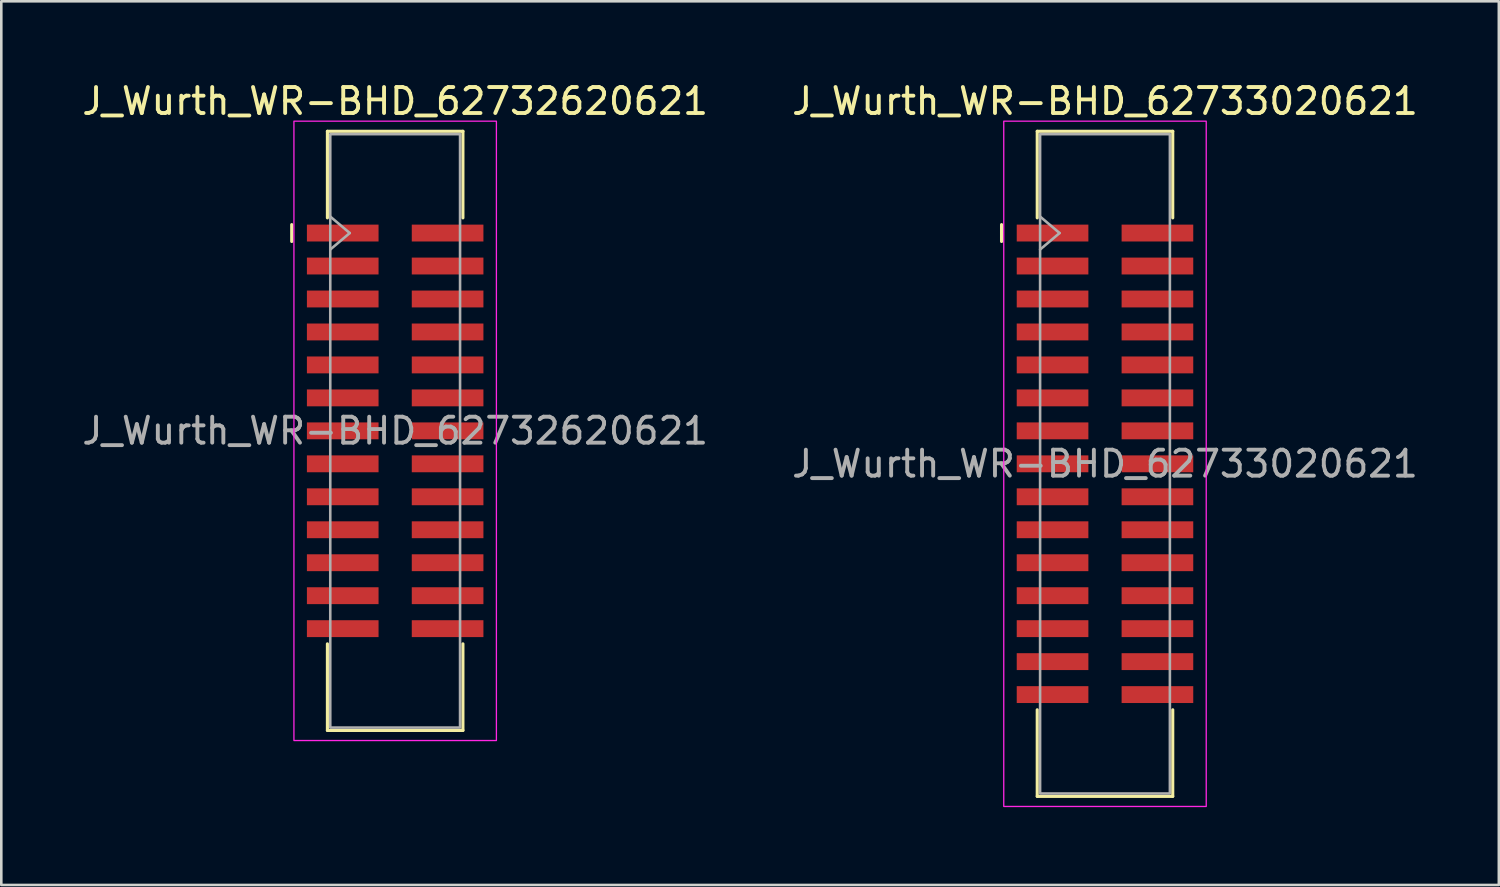
<source format=kicad_pcb>
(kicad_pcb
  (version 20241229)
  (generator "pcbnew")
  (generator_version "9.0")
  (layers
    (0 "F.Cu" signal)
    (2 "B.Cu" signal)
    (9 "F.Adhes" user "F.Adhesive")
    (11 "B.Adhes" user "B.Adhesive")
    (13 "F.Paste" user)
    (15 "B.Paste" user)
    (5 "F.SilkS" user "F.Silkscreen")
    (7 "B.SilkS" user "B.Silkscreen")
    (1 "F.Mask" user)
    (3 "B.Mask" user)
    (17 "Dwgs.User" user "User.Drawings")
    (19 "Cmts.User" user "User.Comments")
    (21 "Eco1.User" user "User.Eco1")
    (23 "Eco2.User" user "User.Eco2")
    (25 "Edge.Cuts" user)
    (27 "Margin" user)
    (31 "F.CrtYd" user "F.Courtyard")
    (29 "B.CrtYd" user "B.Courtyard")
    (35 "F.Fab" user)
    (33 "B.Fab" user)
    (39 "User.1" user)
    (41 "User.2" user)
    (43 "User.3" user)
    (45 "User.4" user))
  (footprint "J_Wurth_WR-BHD_62733020621"
    (layer "F.Cu")
    (at 39.518 14.818)
    (property "Reference" "J_Wurth_WR-BHD_62733020621" (at 0 -13.97 0) (unlocked yes) (layer "F.SilkS") (effects (font (size 1 1) (thickness 0.15))))
    (attr smd)
    (fp_line (start -3.985 -9.215) (end -3.985 -8.565) (stroke (width 0.12) (type solid)) (layer "F.SilkS"))
    (fp_line (start -2.61 -12.81) (end 2.61 -12.81) (stroke (width 0.12) (type default)) (layer "F.SilkS"))
    (fp_line (start -2.61 -9.475) (end -2.61 -12.81) (stroke (width 0.12) (type solid)) (layer "F.SilkS"))
    (fp_line (start -2.61 12.81) (end -2.61 9.475) (stroke (width 0.12) (type solid)) (layer "F.SilkS"))
    (fp_line (start 2.61 -9.475) (end 2.61 -12.81) (stroke (width 0.12) (type solid)) (layer "F.SilkS"))
    (fp_line (start 2.61 9.475) (end 2.61 12.81) (stroke (width 0.12) (type solid)) (layer "F.SilkS"))
    (fp_line (start 2.61 12.81) (end -2.61 12.81) (stroke (width 0.12) (type default)) (layer "F.SilkS"))
    (fp_rect (start -3.9 -13.2) (end 3.9 13.2) (stroke (width 0.05) (type solid)) (fill no) (layer "F.CrtYd"))
    (fp_line (start -1.75 -8.89) (end -2.5 -9.525) (stroke (width 0.1) (type solid)) (layer "F.Fab"))
    (fp_line (start -1.75 -8.89) (end -2.5 -8.255) (stroke (width 0.1) (type solid)) (layer "F.Fab"))
    (fp_rect (start -2.5 -12.7) (end 2.5 12.7) (stroke (width 0.1) (type solid)) (fill no) (layer "F.Fab"))
    (fp_text user "${REFERENCE}" (at 0 0 0) (unlocked yes) (layer "F.Fab") (effects (font (size 1 1) (thickness 0.15))))
    (pad "1" smd rect (at -2.02 -8.89 270) (size 0.65 2.76) (layers "F.Cu" "F.Mask" "F.Paste"))
    (pad "2" smd rect (at 2.02 -8.89 270) (size 0.65 2.76) (layers "F.Cu" "F.Mask" "F.Paste"))
    (pad "3" smd rect (at -2.02 -7.62 270) (size 0.65 2.76) (layers "F.Cu" "F.Mask" "F.Paste"))
    (pad "4" smd rect (at 2.02 -7.62 270) (size 0.65 2.76) (layers "F.Cu" "F.Mask" "F.Paste"))
    (pad "5" smd rect (at -2.02 -6.35 270) (size 0.65 2.76) (layers "F.Cu" "F.Mask" "F.Paste"))
    (pad "6" smd rect (at 2.02 -6.35 270) (size 0.65 2.76) (layers "F.Cu" "F.Mask" "F.Paste"))
    (pad "7" smd rect (at -2.02 -5.08 270) (size 0.65 2.76) (layers "F.Cu" "F.Mask" "F.Paste"))
    (pad "8" smd rect (at 2.02 -5.08 270) (size 0.65 2.76) (layers "F.Cu" "F.Mask" "F.Paste"))
    (pad "9" smd rect (at -2.02 -3.81 270) (size 0.65 2.76) (layers "F.Cu" "F.Mask" "F.Paste"))
    (pad "10" smd rect (at 2.02 -3.81 270) (size 0.65 2.76) (layers "F.Cu" "F.Mask" "F.Paste"))
    (pad "11" smd rect (at -2.02 -2.54 270) (size 0.65 2.76) (layers "F.Cu" "F.Mask" "F.Paste"))
    (pad "12" smd rect (at 2.02 -2.54 270) (size 0.65 2.76) (layers "F.Cu" "F.Mask" "F.Paste"))
    (pad "13" smd rect (at -2.02 -1.27 270) (size 0.65 2.76) (layers "F.Cu" "F.Mask" "F.Paste"))
    (pad "14" smd rect (at 2.02 -1.27 270) (size 0.65 2.76) (layers "F.Cu" "F.Mask" "F.Paste"))
    (pad "15" smd rect (at -2.02 0 270) (size 0.65 2.76) (layers "F.Cu" "F.Mask" "F.Paste"))
    (pad "16" smd rect (at 2.02 0 270) (size 0.65 2.76) (layers "F.Cu" "F.Mask" "F.Paste"))
    (pad "17" smd rect (at -2.02 1.27 270) (size 0.65 2.76) (layers "F.Cu" "F.Mask" "F.Paste"))
    (pad "18" smd rect (at 2.02 1.27 270) (size 0.65 2.76) (layers "F.Cu" "F.Mask" "F.Paste"))
    (pad "19" smd rect (at -2.02 2.54 270) (size 0.65 2.76) (layers "F.Cu" "F.Mask" "F.Paste"))
    (pad "20" smd rect (at 2.02 2.54 270) (size 0.65 2.76) (layers "F.Cu" "F.Mask" "F.Paste"))
    (pad "21" smd rect (at -2.02 3.81 270) (size 0.65 2.76) (layers "F.Cu" "F.Mask" "F.Paste"))
    (pad "22" smd rect (at 2.02 3.81 270) (size 0.65 2.76) (layers "F.Cu" "F.Mask" "F.Paste"))
    (pad "23" smd rect (at -2.02 5.08 270) (size 0.65 2.76) (layers "F.Cu" "F.Mask" "F.Paste"))
    (pad "24" smd rect (at 2.02 5.08 270) (size 0.65 2.76) (layers "F.Cu" "F.Mask" "F.Paste"))
    (pad "25" smd rect (at -2.02 6.35 270) (size 0.65 2.76) (layers "F.Cu" "F.Mask" "F.Paste"))
    (pad "26" smd rect (at 2.02 6.35 270) (size 0.65 2.76) (layers "F.Cu" "F.Mask" "F.Paste"))
    (pad "27" smd rect (at -2.02 7.62 270) (size 0.65 2.76) (layers "F.Cu" "F.Mask" "F.Paste"))
    (pad "28" smd rect (at 2.02 7.62 270) (size 0.65 2.76) (layers "F.Cu" "F.Mask" "F.Paste"))
    (pad "29" smd rect (at -2.02 8.89 270) (size 0.65 2.76) (layers "F.Cu" "F.Mask" "F.Paste"))
    (pad "30" smd rect (at 2.02 8.89 270) (size 0.65 2.76) (layers "F.Cu" "F.Mask" "F.Paste")))
  (footprint "J_Wurth_WR-BHD_62732620621"
    (layer "F.Cu")
    (at 12.173 13.548)
    (property "Reference" "J_Wurth_WR-BHD_62732620621" (at 0 -12.7 0) (unlocked yes) (layer "F.SilkS") (effects (font (size 1 1) (thickness 0.15))))
    (attr smd)
    (fp_line (start -3.985 -7.945) (end -3.985 -7.295) (stroke (width 0.12) (type solid)) (layer "F.SilkS"))
    (fp_line (start -2.61 -11.54) (end 2.61 -11.54) (stroke (width 0.12) (type default)) (layer "F.SilkS"))
    (fp_line (start -2.61 -8.205) (end -2.61 -11.54) (stroke (width 0.12) (type solid)) (layer "F.SilkS"))
    (fp_line (start -2.61 11.54) (end -2.61 8.205) (stroke (width 0.12) (type solid)) (layer "F.SilkS"))
    (fp_line (start 2.61 -8.205) (end 2.61 -11.54) (stroke (width 0.12) (type solid)) (layer "F.SilkS"))
    (fp_line (start 2.61 8.205) (end 2.61 11.54) (stroke (width 0.12) (type solid)) (layer "F.SilkS"))
    (fp_line (start 2.61 11.54) (end -2.61 11.54) (stroke (width 0.12) (type default)) (layer "F.SilkS"))
    (fp_rect (start -3.9 -11.93) (end 3.9 11.93) (stroke (width 0.05) (type solid)) (fill no) (layer "F.CrtYd"))
    (fp_line (start -1.75 -7.62) (end -2.5 -8.255) (stroke (width 0.1) (type solid)) (layer "F.Fab"))
    (fp_line (start -1.75 -7.62) (end -2.5 -6.985) (stroke (width 0.1) (type solid)) (layer "F.Fab"))
    (fp_rect (start -2.5 -11.43) (end 2.5 11.43) (stroke (width 0.1) (type solid)) (fill no) (layer "F.Fab"))
    (fp_text user "${REFERENCE}" (at 0 0 0) (unlocked yes) (layer "F.Fab") (effects (font (size 1 1) (thickness 0.15))))
    (pad "1" smd rect (at -2.02 -7.62 270) (size 0.65 2.76) (layers "F.Cu" "F.Mask" "F.Paste"))
    (pad "2" smd rect (at 2.02 -7.62 270) (size 0.65 2.76) (layers "F.Cu" "F.Mask" "F.Paste"))
    (pad "3" smd rect (at -2.02 -6.35 270) (size 0.65 2.76) (layers "F.Cu" "F.Mask" "F.Paste"))
    (pad "4" smd rect (at 2.02 -6.35 270) (size 0.65 2.76) (layers "F.Cu" "F.Mask" "F.Paste"))
    (pad "5" smd rect (at -2.02 -5.08 270) (size 0.65 2.76) (layers "F.Cu" "F.Mask" "F.Paste"))
    (pad "6" smd rect (at 2.02 -5.08 270) (size 0.65 2.76) (layers "F.Cu" "F.Mask" "F.Paste"))
    (pad "7" smd rect (at -2.02 -3.81 270) (size 0.65 2.76) (layers "F.Cu" "F.Mask" "F.Paste"))
    (pad "8" smd rect (at 2.02 -3.81 270) (size 0.65 2.76) (layers "F.Cu" "F.Mask" "F.Paste"))
    (pad "9" smd rect (at -2.02 -2.54 270) (size 0.65 2.76) (layers "F.Cu" "F.Mask" "F.Paste"))
    (pad "10" smd rect (at 2.02 -2.54 270) (size 0.65 2.76) (layers "F.Cu" "F.Mask" "F.Paste"))
    (pad "11" smd rect (at -2.02 -1.27 270) (size 0.65 2.76) (layers "F.Cu" "F.Mask" "F.Paste"))
    (pad "12" smd rect (at 2.02 -1.27 270) (size 0.65 2.76) (layers "F.Cu" "F.Mask" "F.Paste"))
    (pad "13" smd rect (at -2.02 0 270) (size 0.65 2.76) (layers "F.Cu" "F.Mask" "F.Paste"))
    (pad "14" smd rect (at 2.02 0 270) (size 0.65 2.76) (layers "F.Cu" "F.Mask" "F.Paste"))
    (pad "15" smd rect (at -2.02 1.27 270) (size 0.65 2.76) (layers "F.Cu" "F.Mask" "F.Paste"))
    (pad "16" smd rect (at 2.02 1.27 270) (size 0.65 2.76) (layers "F.Cu" "F.Mask" "F.Paste"))
    (pad "17" smd rect (at -2.02 2.54 270) (size 0.65 2.76) (layers "F.Cu" "F.Mask" "F.Paste"))
    (pad "18" smd rect (at 2.02 2.54 270) (size 0.65 2.76) (layers "F.Cu" "F.Mask" "F.Paste"))
    (pad "19" smd rect (at -2.02 3.81 270) (size 0.65 2.76) (layers "F.Cu" "F.Mask" "F.Paste"))
    (pad "20" smd rect (at 2.02 3.81 270) (size 0.65 2.76) (layers "F.Cu" "F.Mask" "F.Paste"))
    (pad "21" smd rect (at -2.02 5.08 270) (size 0.65 2.76) (layers "F.Cu" "F.Mask" "F.Paste"))
    (pad "22" smd rect (at 2.02 5.08 270) (size 0.65 2.76) (layers "F.Cu" "F.Mask" "F.Paste"))
    (pad "23" smd rect (at -2.02 6.35 270) (size 0.65 2.76) (layers "F.Cu" "F.Mask" "F.Paste"))
    (pad "24" smd rect (at 2.02 6.35 270) (size 0.65 2.76) (layers "F.Cu" "F.Mask" "F.Paste"))
    (pad "25" smd rect (at -2.02 7.62 270) (size 0.65 2.76) (layers "F.Cu" "F.Mask" "F.Paste"))
    (pad "26" smd rect (at 2.02 7.62 270) (size 0.65 2.76) (layers "F.Cu" "F.Mask" "F.Paste")))
  (gr_rect
    (start -3 -3)
    (end 54.69 31.043)
    (stroke (width 0.1) (type default))
    (fill no)
    (layer "Edge.Cuts")))
</source>
